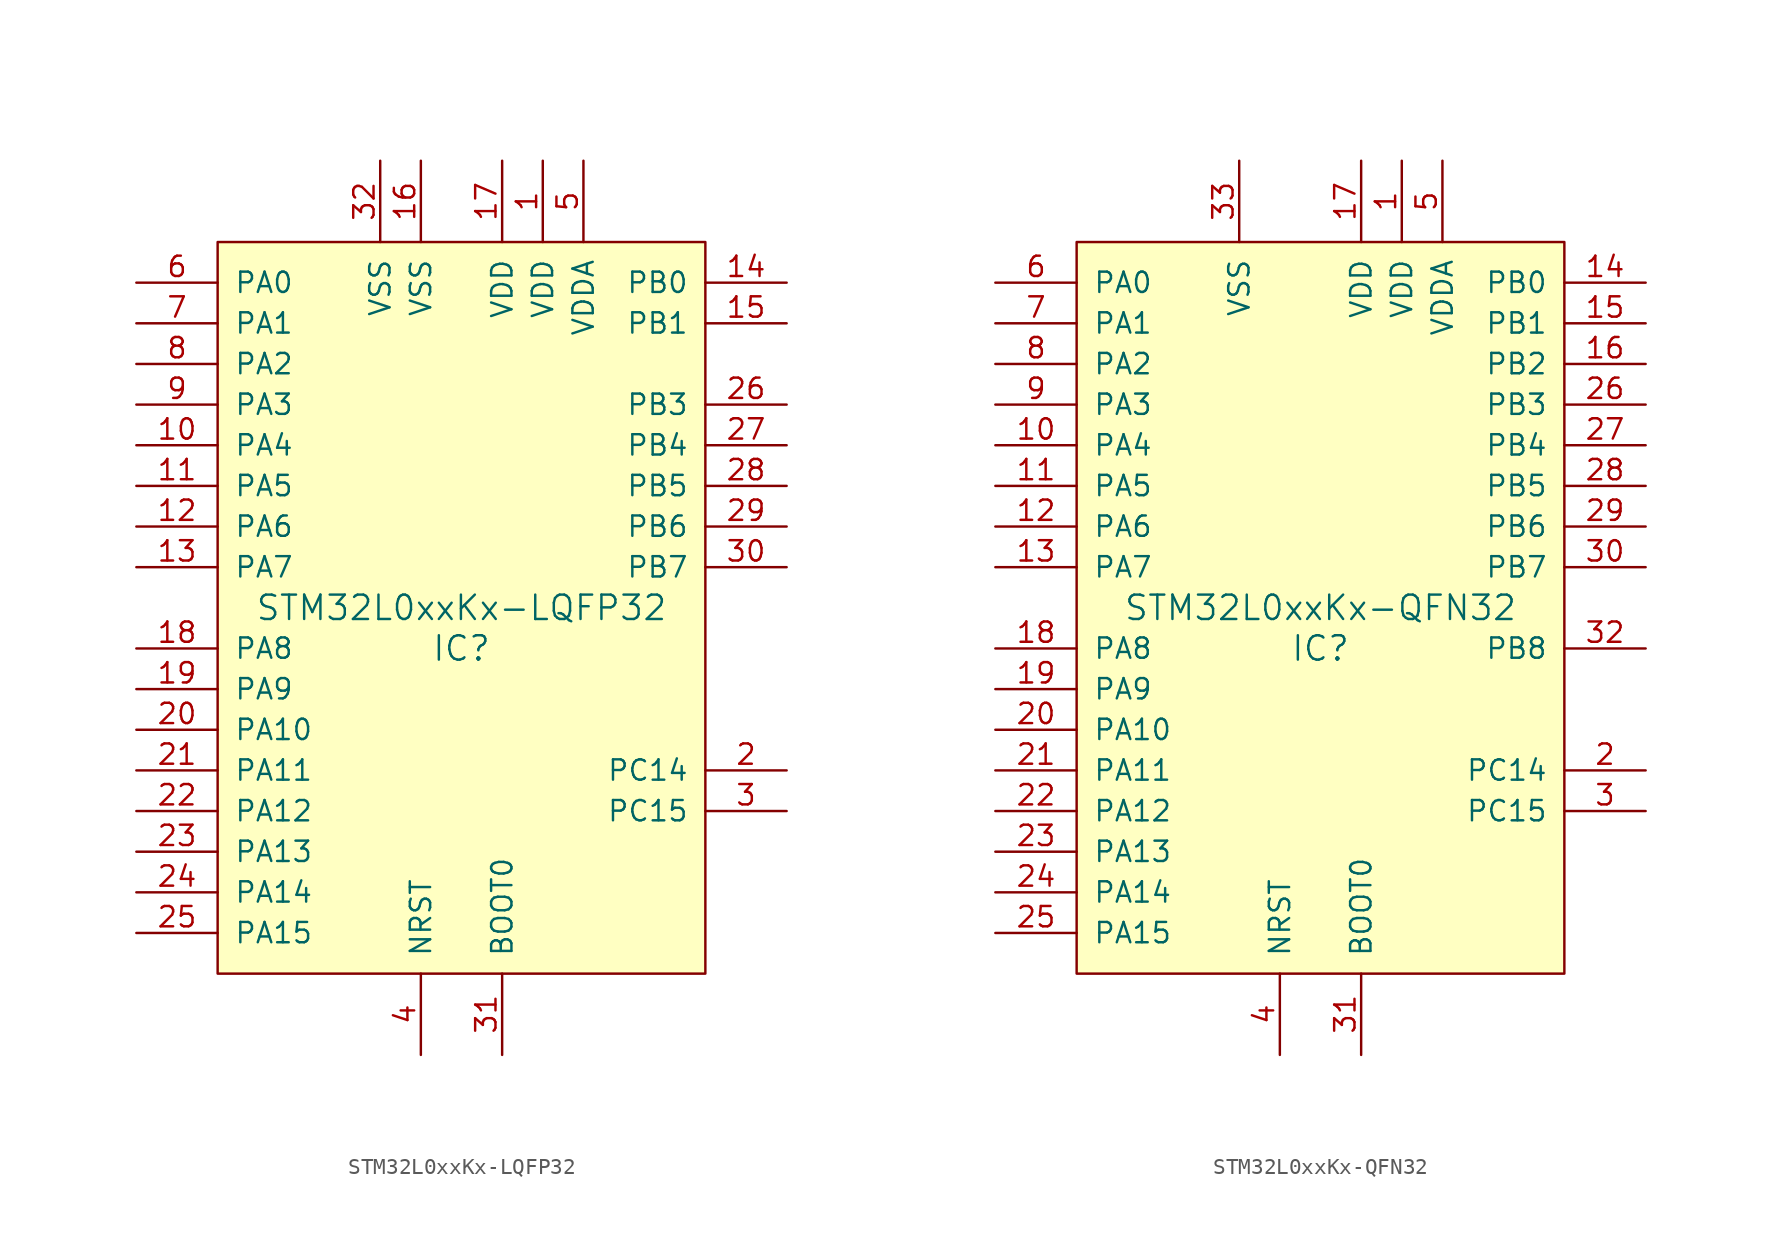
<source format=kicad_sym>
(kicad_symbol_lib
  (version 20241209)
  (generator "kicad_symbol_editor")
  (generator_version "9.0")
  (symbol "STM32L0xxKx-LQFP32"
    (pin_names
      (offset 1.016))
    (property "Reference" "IC"
      (at 0 -2.54 0)
      (effects (font (size 1.524 1.524))))
    (property "Value" "STM32L0xxKx-LQFP32"
      (at 0 0 0)
      (effects (font (size 1.524 1.524))))
    (property "Footprint" ""
      (at 8.89 -2.54 0)
      (effects (font (size 1.524 1.524))))
    (property "Datasheet" ""
      (at 8.89 -2.54 0)
      (effects (font (size 1.524 1.524))))
    (symbol "STM32L0xxKx-LQFP32_0_1"
      (rectangle (start -15.24 22.86) (end 15.24 -22.86) (stroke (width 0) (type solid)) (fill (type background))))
    (symbol "STM32L0xxKx-LQFP32_1_1"
      (pin bidirectional line (at -20.32 20.32 0) (length 5.08) (name "PA0" (effects (font (size 1.27 1.27)))) (number "6" (effects (font (size 1.27 1.27)))))
      (pin bidirectional line (at -20.32 17.78 0) (length 5.08) (name "PA1" (effects (font (size 1.27 1.27)))) (number "7" (effects (font (size 1.27 1.27)))))
      (pin bidirectional line (at -20.32 15.24 0) (length 5.08) (name "PA2" (effects (font (size 1.27 1.27)))) (number "8" (effects (font (size 1.27 1.27)))))
      (pin bidirectional line (at -20.32 12.7 0) (length 5.08) (name "PA3" (effects (font (size 1.27 1.27)))) (number "9" (effects (font (size 1.27 1.27)))))
      (pin bidirectional line (at -20.32 10.16 0) (length 5.08) (name "PA4" (effects (font (size 1.27 1.27)))) (number "10" (effects (font (size 1.27 1.27)))))
      (pin bidirectional line (at -20.32 7.62 0) (length 5.08) (name "PA5" (effects (font (size 1.27 1.27)))) (number "11" (effects (font (size 1.27 1.27)))))
      (pin bidirectional line (at -20.32 5.08 0) (length 5.08) (name "PA6" (effects (font (size 1.27 1.27)))) (number "12" (effects (font (size 1.27 1.27)))))
      (pin bidirectional line (at -20.32 2.54 0) (length 5.08) (name "PA7" (effects (font (size 1.27 1.27)))) (number "13" (effects (font (size 1.27 1.27)))))
      (pin bidirectional line (at -20.32 -2.54 0) (length 5.08) (name "PA8" (effects (font (size 1.27 1.27)))) (number "18" (effects (font (size 1.27 1.27)))))
      (pin bidirectional line (at -20.32 -5.08 0) (length 5.08) (name "PA9" (effects (font (size 1.27 1.27)))) (number "19" (effects (font (size 1.27 1.27)))))
      (pin bidirectional line (at -20.32 -7.62 0) (length 5.08) (name "PA10" (effects (font (size 1.27 1.27)))) (number "20" (effects (font (size 1.27 1.27)))))
      (pin bidirectional line (at -20.32 -10.16 0) (length 5.08) (name "PA11" (effects (font (size 1.27 1.27)))) (number "21" (effects (font (size 1.27 1.27)))))
      (pin bidirectional line (at -20.32 -12.7 0) (length 5.08) (name "PA12" (effects (font (size 1.27 1.27)))) (number "22" (effects (font (size 1.27 1.27)))))
      (pin bidirectional line (at -20.32 -15.24 0) (length 5.08) (name "PA13" (effects (font (size 1.27 1.27)))) (number "23" (effects (font (size 1.27 1.27)))))
      (pin bidirectional line (at -20.32 -17.78 0) (length 5.08) (name "PA14" (effects (font (size 1.27 1.27)))) (number "24" (effects (font (size 1.27 1.27)))))
      (pin bidirectional line (at -20.32 -20.32 0) (length 5.08) (name "PA15" (effects (font (size 1.27 1.27)))) (number "25" (effects (font (size 1.27 1.27)))))
      (pin power_in line (at -5.08 27.94 270) (length 5.08) (name "VSS" (effects (font (size 1.27 1.27)))) (number "32" (effects (font (size 1.27 1.27)))))
      (pin power_in line (at -2.54 27.94 270) (length 5.08) (name "VSS" (effects (font (size 1.27 1.27)))) (number "16" (effects (font (size 1.27 1.27)))))
      (pin bidirectional line (at -2.54 -27.94 90) (length 5.08) (name "NRST" (effects (font (size 1.27 1.27)))) (number "4" (effects (font (size 1.27 1.27)))))
      (pin power_in line (at 2.54 27.94 270) (length 5.08) (name "VDD" (effects (font (size 1.27 1.27)))) (number "17" (effects (font (size 1.27 1.27)))))
      (pin bidirectional line (at 2.54 -27.94 90) (length 5.08) (name "BOOT0" (effects (font (size 1.27 1.27)))) (number "31" (effects (font (size 1.27 1.27)))))
      (pin power_in line (at 5.08 27.94 270) (length 5.08) (name "VDD" (effects (font (size 1.27 1.27)))) (number "1" (effects (font (size 1.27 1.27)))))
      (pin power_in line (at 7.62 27.94 270) (length 5.08) (name "VDDA" (effects (font (size 1.27 1.27)))) (number "5" (effects (font (size 1.27 1.27)))))
      (pin bidirectional line (at 20.32 20.32 180) (length 5.08) (name "PB0" (effects (font (size 1.27 1.27)))) (number "14" (effects (font (size 1.27 1.27)))))
      (pin bidirectional line (at 20.32 17.78 180) (length 5.08) (name "PB1" (effects (font (size 1.27 1.27)))) (number "15" (effects (font (size 1.27 1.27)))))
      (pin bidirectional line (at 20.32 12.7 180) (length 5.08) (name "PB3" (effects (font (size 1.27 1.27)))) (number "26" (effects (font (size 1.27 1.27)))))
      (pin bidirectional line (at 20.32 10.16 180) (length 5.08) (name "PB4" (effects (font (size 1.27 1.27)))) (number "27" (effects (font (size 1.27 1.27)))))
      (pin bidirectional line (at 20.32 7.62 180) (length 5.08) (name "PB5" (effects (font (size 1.27 1.27)))) (number "28" (effects (font (size 1.27 1.27)))))
      (pin bidirectional line (at 20.32 5.08 180) (length 5.08) (name "PB6" (effects (font (size 1.27 1.27)))) (number "29" (effects (font (size 1.27 1.27)))))
      (pin bidirectional line (at 20.32 2.54 180) (length 5.08) (name "PB7" (effects (font (size 1.27 1.27)))) (number "30" (effects (font (size 1.27 1.27)))))
      (pin bidirectional line (at 20.32 -10.16 180) (length 5.08) (name "PC14" (effects (font (size 1.27 1.27)))) (number "2" (effects (font (size 1.27 1.27)))))
      (pin bidirectional line (at 20.32 -12.7 180) (length 5.08) (name "PC15" (effects (font (size 1.27 1.27)))) (number "3" (effects (font (size 1.27 1.27)))))))
  (symbol "STM32L0xxKx-QFN32"
    (pin_names
      (offset 1.016))
    (property "Reference" "IC"
      (at 0 -2.54 0)
      (effects (font (size 1.524 1.524))))
    (property "Value" "STM32L0xxKx-QFN32"
      (at 0 0 0)
      (effects (font (size 1.524 1.524))))
    (property "Footprint" ""
      (at 8.89 -2.54 0)
      (effects (font (size 1.524 1.524))))
    (property "Datasheet" ""
      (at 8.89 -2.54 0)
      (effects (font (size 1.524 1.524))))
    (symbol "STM32L0xxKx-QFN32_0_1"
      (rectangle (start -15.24 22.86) (end 15.24 -22.86) (stroke (width 0) (type solid)) (fill (type background))))
    (symbol "STM32L0xxKx-QFN32_1_1"
      (pin bidirectional line (at -20.32 20.32 0) (length 5.08) (name "PA0" (effects (font (size 1.27 1.27)))) (number "6" (effects (font (size 1.27 1.27)))))
      (pin bidirectional line (at -20.32 17.78 0) (length 5.08) (name "PA1" (effects (font (size 1.27 1.27)))) (number "7" (effects (font (size 1.27 1.27)))))
      (pin bidirectional line (at -20.32 15.24 0) (length 5.08) (name "PA2" (effects (font (size 1.27 1.27)))) (number "8" (effects (font (size 1.27 1.27)))))
      (pin bidirectional line (at -20.32 12.7 0) (length 5.08) (name "PA3" (effects (font (size 1.27 1.27)))) (number "9" (effects (font (size 1.27 1.27)))))
      (pin bidirectional line (at -20.32 10.16 0) (length 5.08) (name "PA4" (effects (font (size 1.27 1.27)))) (number "10" (effects (font (size 1.27 1.27)))))
      (pin bidirectional line (at -20.32 7.62 0) (length 5.08) (name "PA5" (effects (font (size 1.27 1.27)))) (number "11" (effects (font (size 1.27 1.27)))))
      (pin bidirectional line (at -20.32 5.08 0) (length 5.08) (name "PA6" (effects (font (size 1.27 1.27)))) (number "12" (effects (font (size 1.27 1.27)))))
      (pin bidirectional line (at -20.32 2.54 0) (length 5.08) (name "PA7" (effects (font (size 1.27 1.27)))) (number "13" (effects (font (size 1.27 1.27)))))
      (pin bidirectional line (at -20.32 -2.54 0) (length 5.08) (name "PA8" (effects (font (size 1.27 1.27)))) (number "18" (effects (font (size 1.27 1.27)))))
      (pin bidirectional line (at -20.32 -5.08 0) (length 5.08) (name "PA9" (effects (font (size 1.27 1.27)))) (number "19" (effects (font (size 1.27 1.27)))))
      (pin bidirectional line (at -20.32 -7.62 0) (length 5.08) (name "PA10" (effects (font (size 1.27 1.27)))) (number "20" (effects (font (size 1.27 1.27)))))
      (pin bidirectional line (at -20.32 -10.16 0) (length 5.08) (name "PA11" (effects (font (size 1.27 1.27)))) (number "21" (effects (font (size 1.27 1.27)))))
      (pin bidirectional line (at -20.32 -12.7 0) (length 5.08) (name "PA12" (effects (font (size 1.27 1.27)))) (number "22" (effects (font (size 1.27 1.27)))))
      (pin bidirectional line (at -20.32 -15.24 0) (length 5.08) (name "PA13" (effects (font (size 1.27 1.27)))) (number "23" (effects (font (size 1.27 1.27)))))
      (pin bidirectional line (at -20.32 -17.78 0) (length 5.08) (name "PA14" (effects (font (size 1.27 1.27)))) (number "24" (effects (font (size 1.27 1.27)))))
      (pin bidirectional line (at -20.32 -20.32 0) (length 5.08) (name "PA15" (effects (font (size 1.27 1.27)))) (number "25" (effects (font (size 1.27 1.27)))))
      (pin power_in line (at -5.08 27.94 270) (length 5.08) (name "VSS" (effects (font (size 1.27 1.27)))) (number "33" (effects (font (size 1.27 1.27)))))
      (pin bidirectional line (at -2.54 -27.94 90) (length 5.08) (name "NRST" (effects (font (size 1.27 1.27)))) (number "4" (effects (font (size 1.27 1.27)))))
      (pin power_in line (at 2.54 27.94 270) (length 5.08) (name "VDD" (effects (font (size 1.27 1.27)))) (number "17" (effects (font (size 1.27 1.27)))))
      (pin bidirectional line (at 2.54 -27.94 90) (length 5.08) (name "BOOT0" (effects (font (size 1.27 1.27)))) (number "31" (effects (font (size 1.27 1.27)))))
      (pin power_in line (at 5.08 27.94 270) (length 5.08) (name "VDD" (effects (font (size 1.27 1.27)))) (number "1" (effects (font (size 1.27 1.27)))))
      (pin power_in line (at 7.62 27.94 270) (length 5.08) (name "VDDA" (effects (font (size 1.27 1.27)))) (number "5" (effects (font (size 1.27 1.27)))))
      (pin bidirectional line (at 20.32 20.32 180) (length 5.08) (name "PB0" (effects (font (size 1.27 1.27)))) (number "14" (effects (font (size 1.27 1.27)))))
      (pin bidirectional line (at 20.32 17.78 180) (length 5.08) (name "PB1" (effects (font (size 1.27 1.27)))) (number "15" (effects (font (size 1.27 1.27)))))
      (pin bidirectional line (at 20.32 15.24 180) (length 5.08) (name "PB2" (effects (font (size 1.27 1.27)))) (number "16" (effects (font (size 1.27 1.27)))))
      (pin bidirectional line (at 20.32 12.7 180) (length 5.08) (name "PB3" (effects (font (size 1.27 1.27)))) (number "26" (effects (font (size 1.27 1.27)))))
      (pin bidirectional line (at 20.32 10.16 180) (length 5.08) (name "PB4" (effects (font (size 1.27 1.27)))) (number "27" (effects (font (size 1.27 1.27)))))
      (pin bidirectional line (at 20.32 7.62 180) (length 5.08) (name "PB5" (effects (font (size 1.27 1.27)))) (number "28" (effects (font (size 1.27 1.27)))))
      (pin bidirectional line (at 20.32 5.08 180) (length 5.08) (name "PB6" (effects (font (size 1.27 1.27)))) (number "29" (effects (font (size 1.27 1.27)))))
      (pin bidirectional line (at 20.32 2.54 180) (length 5.08) (name "PB7" (effects (font (size 1.27 1.27)))) (number "30" (effects (font (size 1.27 1.27)))))
      (pin bidirectional line (at 20.32 -2.54 180) (length 5.08) (name "PB8" (effects (font (size 1.27 1.27)))) (number "32" (effects (font (size 1.27 1.27)))))
      (pin bidirectional line (at 20.32 -10.16 180) (length 5.08) (name "PC14" (effects (font (size 1.27 1.27)))) (number "2" (effects (font (size 1.27 1.27)))))
      (pin bidirectional line (at 20.32 -12.7 180) (length 5.08) (name "PC15" (effects (font (size 1.27 1.27)))) (number "3" (effects (font (size 1.27 1.27))))))))
</source>
